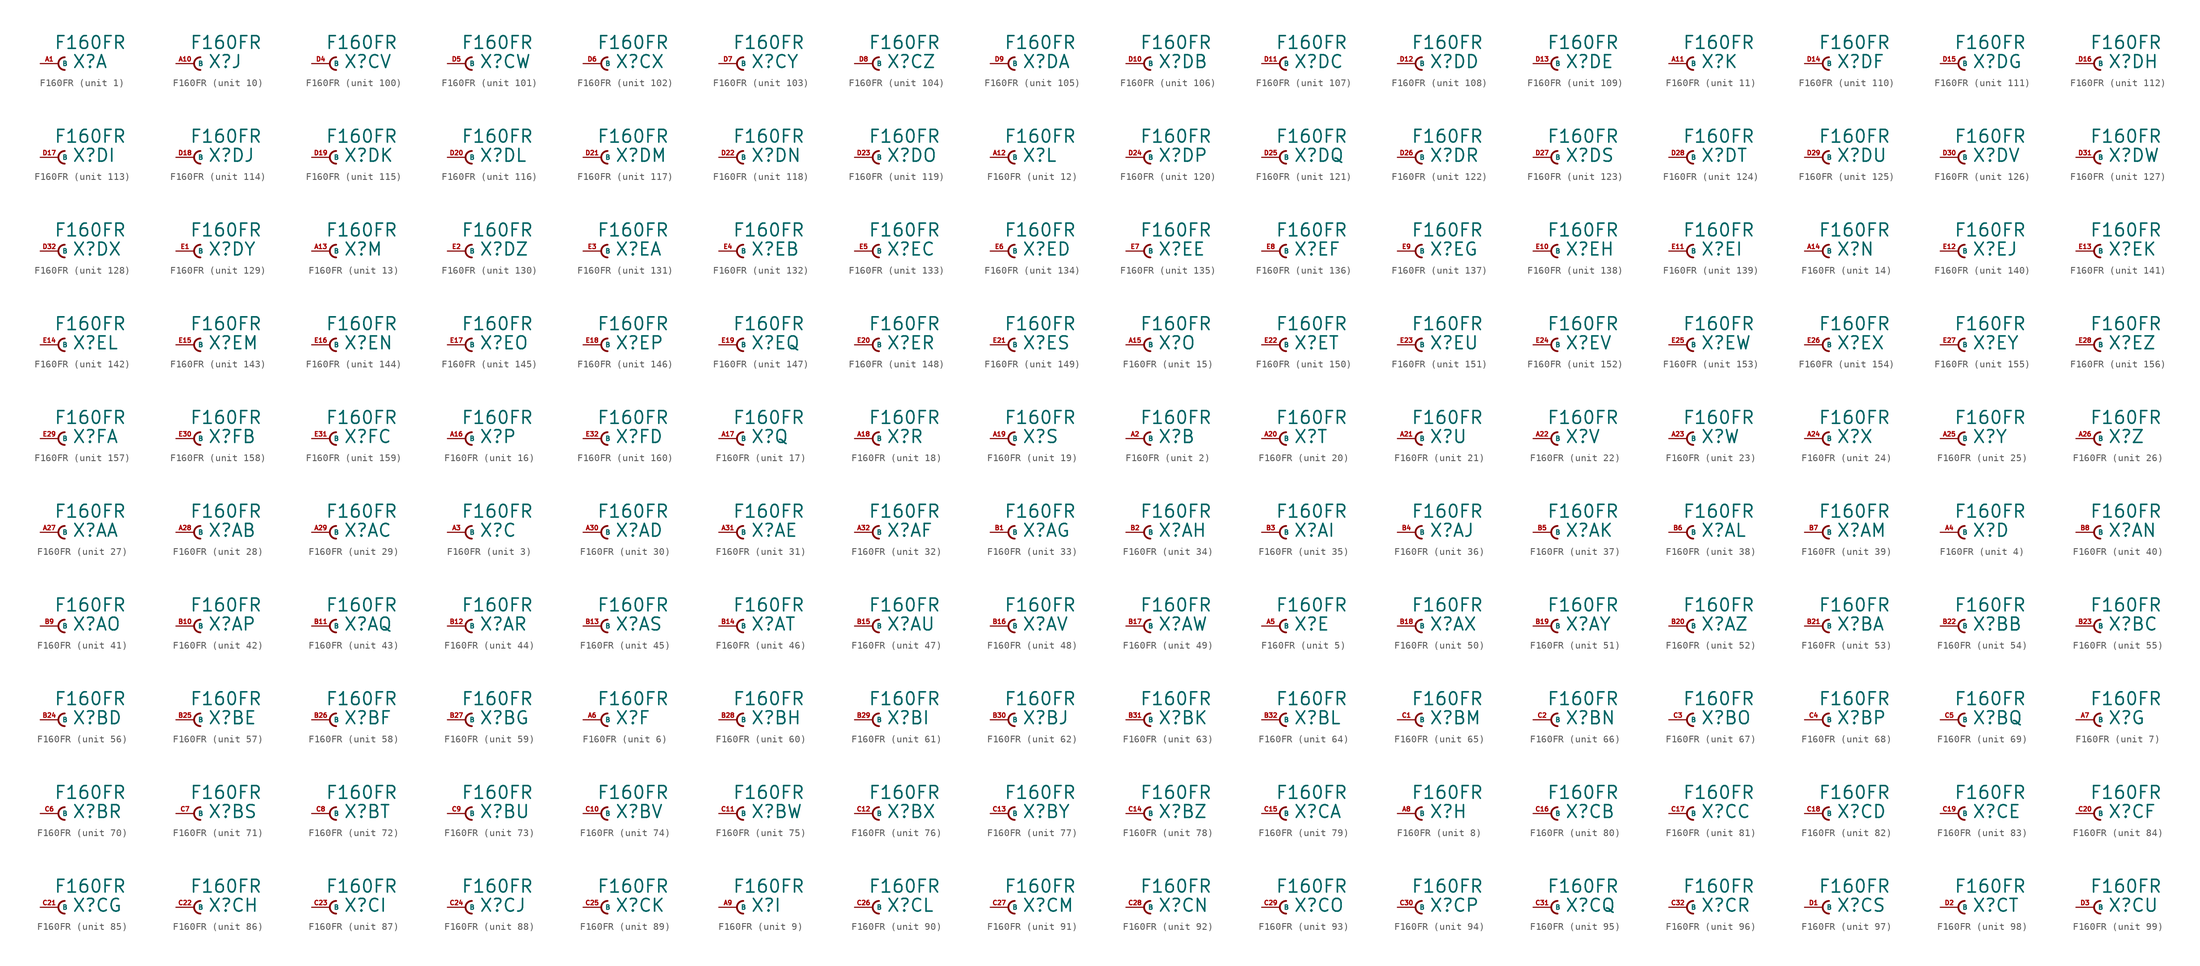
<source format=kicad_sym>
(kicad_symbol_lib
  (version 20220914)
  (generator Eagle2Kicad)
  (symbol "F160FR"
    (property "Reference" "X"
      (at 1.905 -0.762 0)
      (effects (font (size 1.778 1.778) (thickness 0.22)) (justify left bottom)))
    (property "Value" "F160FR"
      (at -0.635 1.905 0)
      (effects (font (size 1.778 1.778) (thickness 0.22)) (justify left bottom)))
    (symbol "F160FR_1_0"
      (arc (start 0.889 0.889) (mid 0.000 0.000) (end 0.889 -0.889) (stroke (width 0.254) (type default)) (fill (type none)))
      (pin passive line (at -2.54 0 0) (length 2.54) (name "B" (effects (font (size 0.635 0.635) (thickness 0.08)) (justify left bottom))) (number "A1" (effects (font (size 0.635 0.635) (thickness 0.08)) (justify left bottom)))))
    (symbol "F160FR_2_0"
      (arc (start 0.889 0.889) (mid 0.000 0.000) (end 0.889 -0.889) (stroke (width 0.254) (type default)) (fill (type none)))
      (pin passive line (at -2.54 0 0) (length 2.54) (name "B" (effects (font (size 0.635 0.635) (thickness 0.08)) (justify left bottom))) (number "A2" (effects (font (size 0.635 0.635) (thickness 0.08)) (justify left bottom)))))
    (symbol "F160FR_3_0"
      (arc (start 0.889 0.889) (mid 0.000 0.000) (end 0.889 -0.889) (stroke (width 0.254) (type default)) (fill (type none)))
      (pin passive line (at -2.54 0 0) (length 2.54) (name "B" (effects (font (size 0.635 0.635) (thickness 0.08)) (justify left bottom))) (number "A3" (effects (font (size 0.635 0.635) (thickness 0.08)) (justify left bottom)))))
    (symbol "F160FR_4_0"
      (arc (start 0.889 0.889) (mid 0.000 0.000) (end 0.889 -0.889) (stroke (width 0.254) (type default)) (fill (type none)))
      (pin passive line (at -2.54 0 0) (length 2.54) (name "B" (effects (font (size 0.635 0.635) (thickness 0.08)) (justify left bottom))) (number "A4" (effects (font (size 0.635 0.635) (thickness 0.08)) (justify left bottom)))))
    (symbol "F160FR_5_0"
      (arc (start 0.889 0.889) (mid 0.000 0.000) (end 0.889 -0.889) (stroke (width 0.254) (type default)) (fill (type none)))
      (pin passive line (at -2.54 0 0) (length 2.54) (name "B" (effects (font (size 0.635 0.635) (thickness 0.08)) (justify left bottom))) (number "A5" (effects (font (size 0.635 0.635) (thickness 0.08)) (justify left bottom)))))
    (symbol "F160FR_6_0"
      (arc (start 0.889 0.889) (mid 0.000 0.000) (end 0.889 -0.889) (stroke (width 0.254) (type default)) (fill (type none)))
      (pin passive line (at -2.54 0 0) (length 2.54) (name "B" (effects (font (size 0.635 0.635) (thickness 0.08)) (justify left bottom))) (number "A6" (effects (font (size 0.635 0.635) (thickness 0.08)) (justify left bottom)))))
    (symbol "F160FR_7_0"
      (arc (start 0.889 0.889) (mid 0.000 0.000) (end 0.889 -0.889) (stroke (width 0.254) (type default)) (fill (type none)))
      (pin passive line (at -2.54 0 0) (length 2.54) (name "B" (effects (font (size 0.635 0.635) (thickness 0.08)) (justify left bottom))) (number "A7" (effects (font (size 0.635 0.635) (thickness 0.08)) (justify left bottom)))))
    (symbol "F160FR_8_0"
      (arc (start 0.889 0.889) (mid 0.000 0.000) (end 0.889 -0.889) (stroke (width 0.254) (type default)) (fill (type none)))
      (pin passive line (at -2.54 0 0) (length 2.54) (name "B" (effects (font (size 0.635 0.635) (thickness 0.08)) (justify left bottom))) (number "A8" (effects (font (size 0.635 0.635) (thickness 0.08)) (justify left bottom)))))
    (symbol "F160FR_9_0"
      (arc (start 0.889 0.889) (mid 0.000 0.000) (end 0.889 -0.889) (stroke (width 0.254) (type default)) (fill (type none)))
      (pin passive line (at -2.54 0 0) (length 2.54) (name "B" (effects (font (size 0.635 0.635) (thickness 0.08)) (justify left bottom))) (number "A9" (effects (font (size 0.635 0.635) (thickness 0.08)) (justify left bottom)))))
    (symbol "F160FR_10_0"
      (arc (start 0.889 0.889) (mid 0.000 0.000) (end 0.889 -0.889) (stroke (width 0.254) (type default)) (fill (type none)))
      (pin passive line (at -2.54 0 0) (length 2.54) (name "B" (effects (font (size 0.635 0.635) (thickness 0.08)) (justify left bottom))) (number "A10" (effects (font (size 0.635 0.635) (thickness 0.08)) (justify left bottom)))))
    (symbol "F160FR_11_0"
      (arc (start 0.889 0.889) (mid 0.000 0.000) (end 0.889 -0.889) (stroke (width 0.254) (type default)) (fill (type none)))
      (pin passive line (at -2.54 0 0) (length 2.54) (name "B" (effects (font (size 0.635 0.635) (thickness 0.08)) (justify left bottom))) (number "A11" (effects (font (size 0.635 0.635) (thickness 0.08)) (justify left bottom)))))
    (symbol "F160FR_12_0"
      (arc (start 0.889 0.889) (mid 0.000 0.000) (end 0.889 -0.889) (stroke (width 0.254) (type default)) (fill (type none)))
      (pin passive line (at -2.54 0 0) (length 2.54) (name "B" (effects (font (size 0.635 0.635) (thickness 0.08)) (justify left bottom))) (number "A12" (effects (font (size 0.635 0.635) (thickness 0.08)) (justify left bottom)))))
    (symbol "F160FR_13_0"
      (arc (start 0.889 0.889) (mid 0.000 0.000) (end 0.889 -0.889) (stroke (width 0.254) (type default)) (fill (type none)))
      (pin passive line (at -2.54 0 0) (length 2.54) (name "B" (effects (font (size 0.635 0.635) (thickness 0.08)) (justify left bottom))) (number "A13" (effects (font (size 0.635 0.635) (thickness 0.08)) (justify left bottom)))))
    (symbol "F160FR_14_0"
      (arc (start 0.889 0.889) (mid 0.000 0.000) (end 0.889 -0.889) (stroke (width 0.254) (type default)) (fill (type none)))
      (pin passive line (at -2.54 0 0) (length 2.54) (name "B" (effects (font (size 0.635 0.635) (thickness 0.08)) (justify left bottom))) (number "A14" (effects (font (size 0.635 0.635) (thickness 0.08)) (justify left bottom)))))
    (symbol "F160FR_15_0"
      (arc (start 0.889 0.889) (mid 0.000 0.000) (end 0.889 -0.889) (stroke (width 0.254) (type default)) (fill (type none)))
      (pin passive line (at -2.54 0 0) (length 2.54) (name "B" (effects (font (size 0.635 0.635) (thickness 0.08)) (justify left bottom))) (number "A15" (effects (font (size 0.635 0.635) (thickness 0.08)) (justify left bottom)))))
    (symbol "F160FR_16_0"
      (arc (start 0.889 0.889) (mid 0.000 0.000) (end 0.889 -0.889) (stroke (width 0.254) (type default)) (fill (type none)))
      (pin passive line (at -2.54 0 0) (length 2.54) (name "B" (effects (font (size 0.635 0.635) (thickness 0.08)) (justify left bottom))) (number "A16" (effects (font (size 0.635 0.635) (thickness 0.08)) (justify left bottom)))))
    (symbol "F160FR_17_0"
      (arc (start 0.889 0.889) (mid 0.000 0.000) (end 0.889 -0.889) (stroke (width 0.254) (type default)) (fill (type none)))
      (pin passive line (at -2.54 0 0) (length 2.54) (name "B" (effects (font (size 0.635 0.635) (thickness 0.08)) (justify left bottom))) (number "A17" (effects (font (size 0.635 0.635) (thickness 0.08)) (justify left bottom)))))
    (symbol "F160FR_18_0"
      (arc (start 0.889 0.889) (mid 0.000 0.000) (end 0.889 -0.889) (stroke (width 0.254) (type default)) (fill (type none)))
      (pin passive line (at -2.54 0 0) (length 2.54) (name "B" (effects (font (size 0.635 0.635) (thickness 0.08)) (justify left bottom))) (number "A18" (effects (font (size 0.635 0.635) (thickness 0.08)) (justify left bottom)))))
    (symbol "F160FR_19_0"
      (arc (start 0.889 0.889) (mid 0.000 0.000) (end 0.889 -0.889) (stroke (width 0.254) (type default)) (fill (type none)))
      (pin passive line (at -2.54 0 0) (length 2.54) (name "B" (effects (font (size 0.635 0.635) (thickness 0.08)) (justify left bottom))) (number "A19" (effects (font (size 0.635 0.635) (thickness 0.08)) (justify left bottom)))))
    (symbol "F160FR_20_0"
      (arc (start 0.889 0.889) (mid 0.000 0.000) (end 0.889 -0.889) (stroke (width 0.254) (type default)) (fill (type none)))
      (pin passive line (at -2.54 0 0) (length 2.54) (name "B" (effects (font (size 0.635 0.635) (thickness 0.08)) (justify left bottom))) (number "A20" (effects (font (size 0.635 0.635) (thickness 0.08)) (justify left bottom)))))
    (symbol "F160FR_21_0"
      (arc (start 0.889 0.889) (mid 0.000 0.000) (end 0.889 -0.889) (stroke (width 0.254) (type default)) (fill (type none)))
      (pin passive line (at -2.54 0 0) (length 2.54) (name "B" (effects (font (size 0.635 0.635) (thickness 0.08)) (justify left bottom))) (number "A21" (effects (font (size 0.635 0.635) (thickness 0.08)) (justify left bottom)))))
    (symbol "F160FR_22_0"
      (arc (start 0.889 0.889) (mid 0.000 0.000) (end 0.889 -0.889) (stroke (width 0.254) (type default)) (fill (type none)))
      (pin passive line (at -2.54 0 0) (length 2.54) (name "B" (effects (font (size 0.635 0.635) (thickness 0.08)) (justify left bottom))) (number "A22" (effects (font (size 0.635 0.635) (thickness 0.08)) (justify left bottom)))))
    (symbol "F160FR_23_0"
      (arc (start 0.889 0.889) (mid 0.000 0.000) (end 0.889 -0.889) (stroke (width 0.254) (type default)) (fill (type none)))
      (pin passive line (at -2.54 0 0) (length 2.54) (name "B" (effects (font (size 0.635 0.635) (thickness 0.08)) (justify left bottom))) (number "A23" (effects (font (size 0.635 0.635) (thickness 0.08)) (justify left bottom)))))
    (symbol "F160FR_24_0"
      (arc (start 0.889 0.889) (mid 0.000 0.000) (end 0.889 -0.889) (stroke (width 0.254) (type default)) (fill (type none)))
      (pin passive line (at -2.54 0 0) (length 2.54) (name "B" (effects (font (size 0.635 0.635) (thickness 0.08)) (justify left bottom))) (number "A24" (effects (font (size 0.635 0.635) (thickness 0.08)) (justify left bottom)))))
    (symbol "F160FR_25_0"
      (arc (start 0.889 0.889) (mid 0.000 0.000) (end 0.889 -0.889) (stroke (width 0.254) (type default)) (fill (type none)))
      (pin passive line (at -2.54 0 0) (length 2.54) (name "B" (effects (font (size 0.635 0.635) (thickness 0.08)) (justify left bottom))) (number "A25" (effects (font (size 0.635 0.635) (thickness 0.08)) (justify left bottom)))))
    (symbol "F160FR_26_0"
      (arc (start 0.889 0.889) (mid 0.000 0.000) (end 0.889 -0.889) (stroke (width 0.254) (type default)) (fill (type none)))
      (pin passive line (at -2.54 0 0) (length 2.54) (name "B" (effects (font (size 0.635 0.635) (thickness 0.08)) (justify left bottom))) (number "A26" (effects (font (size 0.635 0.635) (thickness 0.08)) (justify left bottom)))))
    (symbol "F160FR_27_0"
      (arc (start 0.889 0.889) (mid 0.000 0.000) (end 0.889 -0.889) (stroke (width 0.254) (type default)) (fill (type none)))
      (pin passive line (at -2.54 0 0) (length 2.54) (name "B" (effects (font (size 0.635 0.635) (thickness 0.08)) (justify left bottom))) (number "A27" (effects (font (size 0.635 0.635) (thickness 0.08)) (justify left bottom)))))
    (symbol "F160FR_28_0"
      (arc (start 0.889 0.889) (mid 0.000 0.000) (end 0.889 -0.889) (stroke (width 0.254) (type default)) (fill (type none)))
      (pin passive line (at -2.54 0 0) (length 2.54) (name "B" (effects (font (size 0.635 0.635) (thickness 0.08)) (justify left bottom))) (number "A28" (effects (font (size 0.635 0.635) (thickness 0.08)) (justify left bottom)))))
    (symbol "F160FR_29_0"
      (arc (start 0.889 0.889) (mid 0.000 0.000) (end 0.889 -0.889) (stroke (width 0.254) (type default)) (fill (type none)))
      (pin passive line (at -2.54 0 0) (length 2.54) (name "B" (effects (font (size 0.635 0.635) (thickness 0.08)) (justify left bottom))) (number "A29" (effects (font (size 0.635 0.635) (thickness 0.08)) (justify left bottom)))))
    (symbol "F160FR_30_0"
      (arc (start 0.889 0.889) (mid 0.000 0.000) (end 0.889 -0.889) (stroke (width 0.254) (type default)) (fill (type none)))
      (pin passive line (at -2.54 0 0) (length 2.54) (name "B" (effects (font (size 0.635 0.635) (thickness 0.08)) (justify left bottom))) (number "A30" (effects (font (size 0.635 0.635) (thickness 0.08)) (justify left bottom)))))
    (symbol "F160FR_31_0"
      (arc (start 0.889 0.889) (mid 0.000 0.000) (end 0.889 -0.889) (stroke (width 0.254) (type default)) (fill (type none)))
      (pin passive line (at -2.54 0 0) (length 2.54) (name "B" (effects (font (size 0.635 0.635) (thickness 0.08)) (justify left bottom))) (number "A31" (effects (font (size 0.635 0.635) (thickness 0.08)) (justify left bottom)))))
    (symbol "F160FR_32_0"
      (arc (start 0.889 0.889) (mid 0.000 0.000) (end 0.889 -0.889) (stroke (width 0.254) (type default)) (fill (type none)))
      (pin passive line (at -2.54 0 0) (length 2.54) (name "B" (effects (font (size 0.635 0.635) (thickness 0.08)) (justify left bottom))) (number "A32" (effects (font (size 0.635 0.635) (thickness 0.08)) (justify left bottom)))))
    (symbol "F160FR_33_0"
      (arc (start 0.889 0.889) (mid 0.000 0.000) (end 0.889 -0.889) (stroke (width 0.254) (type default)) (fill (type none)))
      (pin passive line (at -2.54 0 0) (length 2.54) (name "B" (effects (font (size 0.635 0.635) (thickness 0.08)) (justify left bottom))) (number "B1" (effects (font (size 0.635 0.635) (thickness 0.08)) (justify left bottom)))))
    (symbol "F160FR_34_0"
      (arc (start 0.889 0.889) (mid 0.000 0.000) (end 0.889 -0.889) (stroke (width 0.254) (type default)) (fill (type none)))
      (pin passive line (at -2.54 0 0) (length 2.54) (name "B" (effects (font (size 0.635 0.635) (thickness 0.08)) (justify left bottom))) (number "B2" (effects (font (size 0.635 0.635) (thickness 0.08)) (justify left bottom)))))
    (symbol "F160FR_35_0"
      (arc (start 0.889 0.889) (mid 0.000 0.000) (end 0.889 -0.889) (stroke (width 0.254) (type default)) (fill (type none)))
      (pin passive line (at -2.54 0 0) (length 2.54) (name "B" (effects (font (size 0.635 0.635) (thickness 0.08)) (justify left bottom))) (number "B3" (effects (font (size 0.635 0.635) (thickness 0.08)) (justify left bottom)))))
    (symbol "F160FR_36_0"
      (arc (start 0.889 0.889) (mid 0.000 0.000) (end 0.889 -0.889) (stroke (width 0.254) (type default)) (fill (type none)))
      (pin passive line (at -2.54 0 0) (length 2.54) (name "B" (effects (font (size 0.635 0.635) (thickness 0.08)) (justify left bottom))) (number "B4" (effects (font (size 0.635 0.635) (thickness 0.08)) (justify left bottom)))))
    (symbol "F160FR_37_0"
      (arc (start 0.889 0.889) (mid 0.000 0.000) (end 0.889 -0.889) (stroke (width 0.254) (type default)) (fill (type none)))
      (pin passive line (at -2.54 0 0) (length 2.54) (name "B" (effects (font (size 0.635 0.635) (thickness 0.08)) (justify left bottom))) (number "B5" (effects (font (size 0.635 0.635) (thickness 0.08)) (justify left bottom)))))
    (symbol "F160FR_38_0"
      (arc (start 0.889 0.889) (mid 0.000 0.000) (end 0.889 -0.889) (stroke (width 0.254) (type default)) (fill (type none)))
      (pin passive line (at -2.54 0 0) (length 2.54) (name "B" (effects (font (size 0.635 0.635) (thickness 0.08)) (justify left bottom))) (number "B6" (effects (font (size 0.635 0.635) (thickness 0.08)) (justify left bottom)))))
    (symbol "F160FR_39_0"
      (arc (start 0.889 0.889) (mid 0.000 0.000) (end 0.889 -0.889) (stroke (width 0.254) (type default)) (fill (type none)))
      (pin passive line (at -2.54 0 0) (length 2.54) (name "B" (effects (font (size 0.635 0.635) (thickness 0.08)) (justify left bottom))) (number "B7" (effects (font (size 0.635 0.635) (thickness 0.08)) (justify left bottom)))))
    (symbol "F160FR_40_0"
      (arc (start 0.889 0.889) (mid 0.000 0.000) (end 0.889 -0.889) (stroke (width 0.254) (type default)) (fill (type none)))
      (pin passive line (at -2.54 0 0) (length 2.54) (name "B" (effects (font (size 0.635 0.635) (thickness 0.08)) (justify left bottom))) (number "B8" (effects (font (size 0.635 0.635) (thickness 0.08)) (justify left bottom)))))
    (symbol "F160FR_41_0"
      (arc (start 0.889 0.889) (mid 0.000 0.000) (end 0.889 -0.889) (stroke (width 0.254) (type default)) (fill (type none)))
      (pin passive line (at -2.54 0 0) (length 2.54) (name "B" (effects (font (size 0.635 0.635) (thickness 0.08)) (justify left bottom))) (number "B9" (effects (font (size 0.635 0.635) (thickness 0.08)) (justify left bottom)))))
    (symbol "F160FR_42_0"
      (arc (start 0.889 0.889) (mid 0.000 0.000) (end 0.889 -0.889) (stroke (width 0.254) (type default)) (fill (type none)))
      (pin passive line (at -2.54 0 0) (length 2.54) (name "B" (effects (font (size 0.635 0.635) (thickness 0.08)) (justify left bottom))) (number "B10" (effects (font (size 0.635 0.635) (thickness 0.08)) (justify left bottom)))))
    (symbol "F160FR_43_0"
      (arc (start 0.889 0.889) (mid 0.000 0.000) (end 0.889 -0.889) (stroke (width 0.254) (type default)) (fill (type none)))
      (pin passive line (at -2.54 0 0) (length 2.54) (name "B" (effects (font (size 0.635 0.635) (thickness 0.08)) (justify left bottom))) (number "B11" (effects (font (size 0.635 0.635) (thickness 0.08)) (justify left bottom)))))
    (symbol "F160FR_44_0"
      (arc (start 0.889 0.889) (mid 0.000 0.000) (end 0.889 -0.889) (stroke (width 0.254) (type default)) (fill (type none)))
      (pin passive line (at -2.54 0 0) (length 2.54) (name "B" (effects (font (size 0.635 0.635) (thickness 0.08)) (justify left bottom))) (number "B12" (effects (font (size 0.635 0.635) (thickness 0.08)) (justify left bottom)))))
    (symbol "F160FR_45_0"
      (arc (start 0.889 0.889) (mid 0.000 0.000) (end 0.889 -0.889) (stroke (width 0.254) (type default)) (fill (type none)))
      (pin passive line (at -2.54 0 0) (length 2.54) (name "B" (effects (font (size 0.635 0.635) (thickness 0.08)) (justify left bottom))) (number "B13" (effects (font (size 0.635 0.635) (thickness 0.08)) (justify left bottom)))))
    (symbol "F160FR_46_0"
      (arc (start 0.889 0.889) (mid 0.000 0.000) (end 0.889 -0.889) (stroke (width 0.254) (type default)) (fill (type none)))
      (pin passive line (at -2.54 0 0) (length 2.54) (name "B" (effects (font (size 0.635 0.635) (thickness 0.08)) (justify left bottom))) (number "B14" (effects (font (size 0.635 0.635) (thickness 0.08)) (justify left bottom)))))
    (symbol "F160FR_47_0"
      (arc (start 0.889 0.889) (mid 0.000 0.000) (end 0.889 -0.889) (stroke (width 0.254) (type default)) (fill (type none)))
      (pin passive line (at -2.54 0 0) (length 2.54) (name "B" (effects (font (size 0.635 0.635) (thickness 0.08)) (justify left bottom))) (number "B15" (effects (font (size 0.635 0.635) (thickness 0.08)) (justify left bottom)))))
    (symbol "F160FR_48_0"
      (arc (start 0.889 0.889) (mid 0.000 0.000) (end 0.889 -0.889) (stroke (width 0.254) (type default)) (fill (type none)))
      (pin passive line (at -2.54 0 0) (length 2.54) (name "B" (effects (font (size 0.635 0.635) (thickness 0.08)) (justify left bottom))) (number "B16" (effects (font (size 0.635 0.635) (thickness 0.08)) (justify left bottom)))))
    (symbol "F160FR_49_0"
      (arc (start 0.889 0.889) (mid 0.000 0.000) (end 0.889 -0.889) (stroke (width 0.254) (type default)) (fill (type none)))
      (pin passive line (at -2.54 0 0) (length 2.54) (name "B" (effects (font (size 0.635 0.635) (thickness 0.08)) (justify left bottom))) (number "B17" (effects (font (size 0.635 0.635) (thickness 0.08)) (justify left bottom)))))
    (symbol "F160FR_50_0"
      (arc (start 0.889 0.889) (mid 0.000 0.000) (end 0.889 -0.889) (stroke (width 0.254) (type default)) (fill (type none)))
      (pin passive line (at -2.54 0 0) (length 2.54) (name "B" (effects (font (size 0.635 0.635) (thickness 0.08)) (justify left bottom))) (number "B18" (effects (font (size 0.635 0.635) (thickness 0.08)) (justify left bottom)))))
    (symbol "F160FR_51_0"
      (arc (start 0.889 0.889) (mid 0.000 0.000) (end 0.889 -0.889) (stroke (width 0.254) (type default)) (fill (type none)))
      (pin passive line (at -2.54 0 0) (length 2.54) (name "B" (effects (font (size 0.635 0.635) (thickness 0.08)) (justify left bottom))) (number "B19" (effects (font (size 0.635 0.635) (thickness 0.08)) (justify left bottom)))))
    (symbol "F160FR_52_0"
      (arc (start 0.889 0.889) (mid 0.000 0.000) (end 0.889 -0.889) (stroke (width 0.254) (type default)) (fill (type none)))
      (pin passive line (at -2.54 0 0) (length 2.54) (name "B" (effects (font (size 0.635 0.635) (thickness 0.08)) (justify left bottom))) (number "B20" (effects (font (size 0.635 0.635) (thickness 0.08)) (justify left bottom)))))
    (symbol "F160FR_53_0"
      (arc (start 0.889 0.889) (mid 0.000 0.000) (end 0.889 -0.889) (stroke (width 0.254) (type default)) (fill (type none)))
      (pin passive line (at -2.54 0 0) (length 2.54) (name "B" (effects (font (size 0.635 0.635) (thickness 0.08)) (justify left bottom))) (number "B21" (effects (font (size 0.635 0.635) (thickness 0.08)) (justify left bottom)))))
    (symbol "F160FR_54_0"
      (arc (start 0.889 0.889) (mid 0.000 0.000) (end 0.889 -0.889) (stroke (width 0.254) (type default)) (fill (type none)))
      (pin passive line (at -2.54 0 0) (length 2.54) (name "B" (effects (font (size 0.635 0.635) (thickness 0.08)) (justify left bottom))) (number "B22" (effects (font (size 0.635 0.635) (thickness 0.08)) (justify left bottom)))))
    (symbol "F160FR_55_0"
      (arc (start 0.889 0.889) (mid 0.000 0.000) (end 0.889 -0.889) (stroke (width 0.254) (type default)) (fill (type none)))
      (pin passive line (at -2.54 0 0) (length 2.54) (name "B" (effects (font (size 0.635 0.635) (thickness 0.08)) (justify left bottom))) (number "B23" (effects (font (size 0.635 0.635) (thickness 0.08)) (justify left bottom)))))
    (symbol "F160FR_56_0"
      (arc (start 0.889 0.889) (mid 0.000 0.000) (end 0.889 -0.889) (stroke (width 0.254) (type default)) (fill (type none)))
      (pin passive line (at -2.54 0 0) (length 2.54) (name "B" (effects (font (size 0.635 0.635) (thickness 0.08)) (justify left bottom))) (number "B24" (effects (font (size 0.635 0.635) (thickness 0.08)) (justify left bottom)))))
    (symbol "F160FR_57_0"
      (arc (start 0.889 0.889) (mid 0.000 0.000) (end 0.889 -0.889) (stroke (width 0.254) (type default)) (fill (type none)))
      (pin passive line (at -2.54 0 0) (length 2.54) (name "B" (effects (font (size 0.635 0.635) (thickness 0.08)) (justify left bottom))) (number "B25" (effects (font (size 0.635 0.635) (thickness 0.08)) (justify left bottom)))))
    (symbol "F160FR_58_0"
      (arc (start 0.889 0.889) (mid 0.000 0.000) (end 0.889 -0.889) (stroke (width 0.254) (type default)) (fill (type none)))
      (pin passive line (at -2.54 0 0) (length 2.54) (name "B" (effects (font (size 0.635 0.635) (thickness 0.08)) (justify left bottom))) (number "B26" (effects (font (size 0.635 0.635) (thickness 0.08)) (justify left bottom)))))
    (symbol "F160FR_59_0"
      (arc (start 0.889 0.889) (mid 0.000 0.000) (end 0.889 -0.889) (stroke (width 0.254) (type default)) (fill (type none)))
      (pin passive line (at -2.54 0 0) (length 2.54) (name "B" (effects (font (size 0.635 0.635) (thickness 0.08)) (justify left bottom))) (number "B27" (effects (font (size 0.635 0.635) (thickness 0.08)) (justify left bottom)))))
    (symbol "F160FR_60_0"
      (arc (start 0.889 0.889) (mid 0.000 0.000) (end 0.889 -0.889) (stroke (width 0.254) (type default)) (fill (type none)))
      (pin passive line (at -2.54 0 0) (length 2.54) (name "B" (effects (font (size 0.635 0.635) (thickness 0.08)) (justify left bottom))) (number "B28" (effects (font (size 0.635 0.635) (thickness 0.08)) (justify left bottom)))))
    (symbol "F160FR_61_0"
      (arc (start 0.889 0.889) (mid 0.000 0.000) (end 0.889 -0.889) (stroke (width 0.254) (type default)) (fill (type none)))
      (pin passive line (at -2.54 0 0) (length 2.54) (name "B" (effects (font (size 0.635 0.635) (thickness 0.08)) (justify left bottom))) (number "B29" (effects (font (size 0.635 0.635) (thickness 0.08)) (justify left bottom)))))
    (symbol "F160FR_62_0"
      (arc (start 0.889 0.889) (mid 0.000 0.000) (end 0.889 -0.889) (stroke (width 0.254) (type default)) (fill (type none)))
      (pin passive line (at -2.54 0 0) (length 2.54) (name "B" (effects (font (size 0.635 0.635) (thickness 0.08)) (justify left bottom))) (number "B30" (effects (font (size 0.635 0.635) (thickness 0.08)) (justify left bottom)))))
    (symbol "F160FR_63_0"
      (arc (start 0.889 0.889) (mid 0.000 0.000) (end 0.889 -0.889) (stroke (width 0.254) (type default)) (fill (type none)))
      (pin passive line (at -2.54 0 0) (length 2.54) (name "B" (effects (font (size 0.635 0.635) (thickness 0.08)) (justify left bottom))) (number "B31" (effects (font (size 0.635 0.635) (thickness 0.08)) (justify left bottom)))))
    (symbol "F160FR_64_0"
      (arc (start 0.889 0.889) (mid 0.000 0.000) (end 0.889 -0.889) (stroke (width 0.254) (type default)) (fill (type none)))
      (pin passive line (at -2.54 0 0) (length 2.54) (name "B" (effects (font (size 0.635 0.635) (thickness 0.08)) (justify left bottom))) (number "B32" (effects (font (size 0.635 0.635) (thickness 0.08)) (justify left bottom)))))
    (symbol "F160FR_65_0"
      (arc (start 0.889 0.889) (mid 0.000 0.000) (end 0.889 -0.889) (stroke (width 0.254) (type default)) (fill (type none)))
      (pin passive line (at -2.54 0 0) (length 2.54) (name "B" (effects (font (size 0.635 0.635) (thickness 0.08)) (justify left bottom))) (number "C1" (effects (font (size 0.635 0.635) (thickness 0.08)) (justify left bottom)))))
    (symbol "F160FR_66_0"
      (arc (start 0.889 0.889) (mid 0.000 0.000) (end 0.889 -0.889) (stroke (width 0.254) (type default)) (fill (type none)))
      (pin passive line (at -2.54 0 0) (length 2.54) (name "B" (effects (font (size 0.635 0.635) (thickness 0.08)) (justify left bottom))) (number "C2" (effects (font (size 0.635 0.635) (thickness 0.08)) (justify left bottom)))))
    (symbol "F160FR_67_0"
      (arc (start 0.889 0.889) (mid 0.000 0.000) (end 0.889 -0.889) (stroke (width 0.254) (type default)) (fill (type none)))
      (pin passive line (at -2.54 0 0) (length 2.54) (name "B" (effects (font (size 0.635 0.635) (thickness 0.08)) (justify left bottom))) (number "C3" (effects (font (size 0.635 0.635) (thickness 0.08)) (justify left bottom)))))
    (symbol "F160FR_68_0"
      (arc (start 0.889 0.889) (mid 0.000 0.000) (end 0.889 -0.889) (stroke (width 0.254) (type default)) (fill (type none)))
      (pin passive line (at -2.54 0 0) (length 2.54) (name "B" (effects (font (size 0.635 0.635) (thickness 0.08)) (justify left bottom))) (number "C4" (effects (font (size 0.635 0.635) (thickness 0.08)) (justify left bottom)))))
    (symbol "F160FR_69_0"
      (arc (start 0.889 0.889) (mid 0.000 0.000) (end 0.889 -0.889) (stroke (width 0.254) (type default)) (fill (type none)))
      (pin passive line (at -2.54 0 0) (length 2.54) (name "B" (effects (font (size 0.635 0.635) (thickness 0.08)) (justify left bottom))) (number "C5" (effects (font (size 0.635 0.635) (thickness 0.08)) (justify left bottom)))))
    (symbol "F160FR_70_0"
      (arc (start 0.889 0.889) (mid 0.000 0.000) (end 0.889 -0.889) (stroke (width 0.254) (type default)) (fill (type none)))
      (pin passive line (at -2.54 0 0) (length 2.54) (name "B" (effects (font (size 0.635 0.635) (thickness 0.08)) (justify left bottom))) (number "C6" (effects (font (size 0.635 0.635) (thickness 0.08)) (justify left bottom)))))
    (symbol "F160FR_71_0"
      (arc (start 0.889 0.889) (mid 0.000 0.000) (end 0.889 -0.889) (stroke (width 0.254) (type default)) (fill (type none)))
      (pin passive line (at -2.54 0 0) (length 2.54) (name "B" (effects (font (size 0.635 0.635) (thickness 0.08)) (justify left bottom))) (number "C7" (effects (font (size 0.635 0.635) (thickness 0.08)) (justify left bottom)))))
    (symbol "F160FR_72_0"
      (arc (start 0.889 0.889) (mid 0.000 0.000) (end 0.889 -0.889) (stroke (width 0.254) (type default)) (fill (type none)))
      (pin passive line (at -2.54 0 0) (length 2.54) (name "B" (effects (font (size 0.635 0.635) (thickness 0.08)) (justify left bottom))) (number "C8" (effects (font (size 0.635 0.635) (thickness 0.08)) (justify left bottom)))))
    (symbol "F160FR_73_0"
      (arc (start 0.889 0.889) (mid 0.000 0.000) (end 0.889 -0.889) (stroke (width 0.254) (type default)) (fill (type none)))
      (pin passive line (at -2.54 0 0) (length 2.54) (name "B" (effects (font (size 0.635 0.635) (thickness 0.08)) (justify left bottom))) (number "C9" (effects (font (size 0.635 0.635) (thickness 0.08)) (justify left bottom)))))
    (symbol "F160FR_74_0"
      (arc (start 0.889 0.889) (mid 0.000 0.000) (end 0.889 -0.889) (stroke (width 0.254) (type default)) (fill (type none)))
      (pin passive line (at -2.54 0 0) (length 2.54) (name "B" (effects (font (size 0.635 0.635) (thickness 0.08)) (justify left bottom))) (number "C10" (effects (font (size 0.635 0.635) (thickness 0.08)) (justify left bottom)))))
    (symbol "F160FR_75_0"
      (arc (start 0.889 0.889) (mid 0.000 0.000) (end 0.889 -0.889) (stroke (width 0.254) (type default)) (fill (type none)))
      (pin passive line (at -2.54 0 0) (length 2.54) (name "B" (effects (font (size 0.635 0.635) (thickness 0.08)) (justify left bottom))) (number "C11" (effects (font (size 0.635 0.635) (thickness 0.08)) (justify left bottom)))))
    (symbol "F160FR_76_0"
      (arc (start 0.889 0.889) (mid 0.000 0.000) (end 0.889 -0.889) (stroke (width 0.254) (type default)) (fill (type none)))
      (pin passive line (at -2.54 0 0) (length 2.54) (name "B" (effects (font (size 0.635 0.635) (thickness 0.08)) (justify left bottom))) (number "C12" (effects (font (size 0.635 0.635) (thickness 0.08)) (justify left bottom)))))
    (symbol "F160FR_77_0"
      (arc (start 0.889 0.889) (mid 0.000 0.000) (end 0.889 -0.889) (stroke (width 0.254) (type default)) (fill (type none)))
      (pin passive line (at -2.54 0 0) (length 2.54) (name "B" (effects (font (size 0.635 0.635) (thickness 0.08)) (justify left bottom))) (number "C13" (effects (font (size 0.635 0.635) (thickness 0.08)) (justify left bottom)))))
    (symbol "F160FR_78_0"
      (arc (start 0.889 0.889) (mid 0.000 0.000) (end 0.889 -0.889) (stroke (width 0.254) (type default)) (fill (type none)))
      (pin passive line (at -2.54 0 0) (length 2.54) (name "B" (effects (font (size 0.635 0.635) (thickness 0.08)) (justify left bottom))) (number "C14" (effects (font (size 0.635 0.635) (thickness 0.08)) (justify left bottom)))))
    (symbol "F160FR_79_0"
      (arc (start 0.889 0.889) (mid 0.000 0.000) (end 0.889 -0.889) (stroke (width 0.254) (type default)) (fill (type none)))
      (pin passive line (at -2.54 0 0) (length 2.54) (name "B" (effects (font (size 0.635 0.635) (thickness 0.08)) (justify left bottom))) (number "C15" (effects (font (size 0.635 0.635) (thickness 0.08)) (justify left bottom)))))
    (symbol "F160FR_80_0"
      (arc (start 0.889 0.889) (mid 0.000 0.000) (end 0.889 -0.889) (stroke (width 0.254) (type default)) (fill (type none)))
      (pin passive line (at -2.54 0 0) (length 2.54) (name "B" (effects (font (size 0.635 0.635) (thickness 0.08)) (justify left bottom))) (number "C16" (effects (font (size 0.635 0.635) (thickness 0.08)) (justify left bottom)))))
    (symbol "F160FR_81_0"
      (arc (start 0.889 0.889) (mid 0.000 0.000) (end 0.889 -0.889) (stroke (width 0.254) (type default)) (fill (type none)))
      (pin passive line (at -2.54 0 0) (length 2.54) (name "B" (effects (font (size 0.635 0.635) (thickness 0.08)) (justify left bottom))) (number "C17" (effects (font (size 0.635 0.635) (thickness 0.08)) (justify left bottom)))))
    (symbol "F160FR_82_0"
      (arc (start 0.889 0.889) (mid 0.000 0.000) (end 0.889 -0.889) (stroke (width 0.254) (type default)) (fill (type none)))
      (pin passive line (at -2.54 0 0) (length 2.54) (name "B" (effects (font (size 0.635 0.635) (thickness 0.08)) (justify left bottom))) (number "C18" (effects (font (size 0.635 0.635) (thickness 0.08)) (justify left bottom)))))
    (symbol "F160FR_83_0"
      (arc (start 0.889 0.889) (mid 0.000 0.000) (end 0.889 -0.889) (stroke (width 0.254) (type default)) (fill (type none)))
      (pin passive line (at -2.54 0 0) (length 2.54) (name "B" (effects (font (size 0.635 0.635) (thickness 0.08)) (justify left bottom))) (number "C19" (effects (font (size 0.635 0.635) (thickness 0.08)) (justify left bottom)))))
    (symbol "F160FR_84_0"
      (arc (start 0.889 0.889) (mid 0.000 0.000) (end 0.889 -0.889) (stroke (width 0.254) (type default)) (fill (type none)))
      (pin passive line (at -2.54 0 0) (length 2.54) (name "B" (effects (font (size 0.635 0.635) (thickness 0.08)) (justify left bottom))) (number "C20" (effects (font (size 0.635 0.635) (thickness 0.08)) (justify left bottom)))))
    (symbol "F160FR_85_0"
      (arc (start 0.889 0.889) (mid 0.000 0.000) (end 0.889 -0.889) (stroke (width 0.254) (type default)) (fill (type none)))
      (pin passive line (at -2.54 0 0) (length 2.54) (name "B" (effects (font (size 0.635 0.635) (thickness 0.08)) (justify left bottom))) (number "C21" (effects (font (size 0.635 0.635) (thickness 0.08)) (justify left bottom)))))
    (symbol "F160FR_86_0"
      (arc (start 0.889 0.889) (mid 0.000 0.000) (end 0.889 -0.889) (stroke (width 0.254) (type default)) (fill (type none)))
      (pin passive line (at -2.54 0 0) (length 2.54) (name "B" (effects (font (size 0.635 0.635) (thickness 0.08)) (justify left bottom))) (number "C22" (effects (font (size 0.635 0.635) (thickness 0.08)) (justify left bottom)))))
    (symbol "F160FR_87_0"
      (arc (start 0.889 0.889) (mid 0.000 0.000) (end 0.889 -0.889) (stroke (width 0.254) (type default)) (fill (type none)))
      (pin passive line (at -2.54 0 0) (length 2.54) (name "B" (effects (font (size 0.635 0.635) (thickness 0.08)) (justify left bottom))) (number "C23" (effects (font (size 0.635 0.635) (thickness 0.08)) (justify left bottom)))))
    (symbol "F160FR_88_0"
      (arc (start 0.889 0.889) (mid 0.000 0.000) (end 0.889 -0.889) (stroke (width 0.254) (type default)) (fill (type none)))
      (pin passive line (at -2.54 0 0) (length 2.54) (name "B" (effects (font (size 0.635 0.635) (thickness 0.08)) (justify left bottom))) (number "C24" (effects (font (size 0.635 0.635) (thickness 0.08)) (justify left bottom)))))
    (symbol "F160FR_89_0"
      (arc (start 0.889 0.889) (mid 0.000 0.000) (end 0.889 -0.889) (stroke (width 0.254) (type default)) (fill (type none)))
      (pin passive line (at -2.54 0 0) (length 2.54) (name "B" (effects (font (size 0.635 0.635) (thickness 0.08)) (justify left bottom))) (number "C25" (effects (font (size 0.635 0.635) (thickness 0.08)) (justify left bottom)))))
    (symbol "F160FR_90_0"
      (arc (start 0.889 0.889) (mid 0.000 0.000) (end 0.889 -0.889) (stroke (width 0.254) (type default)) (fill (type none)))
      (pin passive line (at -2.54 0 0) (length 2.54) (name "B" (effects (font (size 0.635 0.635) (thickness 0.08)) (justify left bottom))) (number "C26" (effects (font (size 0.635 0.635) (thickness 0.08)) (justify left bottom)))))
    (symbol "F160FR_91_0"
      (arc (start 0.889 0.889) (mid 0.000 0.000) (end 0.889 -0.889) (stroke (width 0.254) (type default)) (fill (type none)))
      (pin passive line (at -2.54 0 0) (length 2.54) (name "B" (effects (font (size 0.635 0.635) (thickness 0.08)) (justify left bottom))) (number "C27" (effects (font (size 0.635 0.635) (thickness 0.08)) (justify left bottom)))))
    (symbol "F160FR_92_0"
      (arc (start 0.889 0.889) (mid 0.000 0.000) (end 0.889 -0.889) (stroke (width 0.254) (type default)) (fill (type none)))
      (pin passive line (at -2.54 0 0) (length 2.54) (name "B" (effects (font (size 0.635 0.635) (thickness 0.08)) (justify left bottom))) (number "C28" (effects (font (size 0.635 0.635) (thickness 0.08)) (justify left bottom)))))
    (symbol "F160FR_93_0"
      (arc (start 0.889 0.889) (mid 0.000 0.000) (end 0.889 -0.889) (stroke (width 0.254) (type default)) (fill (type none)))
      (pin passive line (at -2.54 0 0) (length 2.54) (name "B" (effects (font (size 0.635 0.635) (thickness 0.08)) (justify left bottom))) (number "C29" (effects (font (size 0.635 0.635) (thickness 0.08)) (justify left bottom)))))
    (symbol "F160FR_94_0"
      (arc (start 0.889 0.889) (mid 0.000 0.000) (end 0.889 -0.889) (stroke (width 0.254) (type default)) (fill (type none)))
      (pin passive line (at -2.54 0 0) (length 2.54) (name "B" (effects (font (size 0.635 0.635) (thickness 0.08)) (justify left bottom))) (number "C30" (effects (font (size 0.635 0.635) (thickness 0.08)) (justify left bottom)))))
    (symbol "F160FR_95_0"
      (arc (start 0.889 0.889) (mid 0.000 0.000) (end 0.889 -0.889) (stroke (width 0.254) (type default)) (fill (type none)))
      (pin passive line (at -2.54 0 0) (length 2.54) (name "B" (effects (font (size 0.635 0.635) (thickness 0.08)) (justify left bottom))) (number "C31" (effects (font (size 0.635 0.635) (thickness 0.08)) (justify left bottom)))))
    (symbol "F160FR_96_0"
      (arc (start 0.889 0.889) (mid 0.000 0.000) (end 0.889 -0.889) (stroke (width 0.254) (type default)) (fill (type none)))
      (pin passive line (at -2.54 0 0) (length 2.54) (name "B" (effects (font (size 0.635 0.635) (thickness 0.08)) (justify left bottom))) (number "C32" (effects (font (size 0.635 0.635) (thickness 0.08)) (justify left bottom)))))
    (symbol "F160FR_97_0"
      (arc (start 0.889 0.889) (mid 0.000 0.000) (end 0.889 -0.889) (stroke (width 0.254) (type default)) (fill (type none)))
      (pin passive line (at -2.54 0 0) (length 2.54) (name "B" (effects (font (size 0.635 0.635) (thickness 0.08)) (justify left bottom))) (number "D1" (effects (font (size 0.635 0.635) (thickness 0.08)) (justify left bottom)))))
    (symbol "F160FR_98_0"
      (arc (start 0.889 0.889) (mid 0.000 0.000) (end 0.889 -0.889) (stroke (width 0.254) (type default)) (fill (type none)))
      (pin passive line (at -2.54 0 0) (length 2.54) (name "B" (effects (font (size 0.635 0.635) (thickness 0.08)) (justify left bottom))) (number "D2" (effects (font (size 0.635 0.635) (thickness 0.08)) (justify left bottom)))))
    (symbol "F160FR_99_0"
      (arc (start 0.889 0.889) (mid 0.000 0.000) (end 0.889 -0.889) (stroke (width 0.254) (type default)) (fill (type none)))
      (pin passive line (at -2.54 0 0) (length 2.54) (name "B" (effects (font (size 0.635 0.635) (thickness 0.08)) (justify left bottom))) (number "D3" (effects (font (size 0.635 0.635) (thickness 0.08)) (justify left bottom)))))
    (symbol "F160FR_100_0"
      (arc (start 0.889 0.889) (mid 0.000 0.000) (end 0.889 -0.889) (stroke (width 0.254) (type default)) (fill (type none)))
      (pin passive line (at -2.54 0 0) (length 2.54) (name "B" (effects (font (size 0.635 0.635) (thickness 0.08)) (justify left bottom))) (number "D4" (effects (font (size 0.635 0.635) (thickness 0.08)) (justify left bottom)))))
    (symbol "F160FR_101_0"
      (arc (start 0.889 0.889) (mid 0.000 0.000) (end 0.889 -0.889) (stroke (width 0.254) (type default)) (fill (type none)))
      (pin passive line (at -2.54 0 0) (length 2.54) (name "B" (effects (font (size 0.635 0.635) (thickness 0.08)) (justify left bottom))) (number "D5" (effects (font (size 0.635 0.635) (thickness 0.08)) (justify left bottom)))))
    (symbol "F160FR_102_0"
      (arc (start 0.889 0.889) (mid 0.000 0.000) (end 0.889 -0.889) (stroke (width 0.254) (type default)) (fill (type none)))
      (pin passive line (at -2.54 0 0) (length 2.54) (name "B" (effects (font (size 0.635 0.635) (thickness 0.08)) (justify left bottom))) (number "D6" (effects (font (size 0.635 0.635) (thickness 0.08)) (justify left bottom)))))
    (symbol "F160FR_103_0"
      (arc (start 0.889 0.889) (mid 0.000 0.000) (end 0.889 -0.889) (stroke (width 0.254) (type default)) (fill (type none)))
      (pin passive line (at -2.54 0 0) (length 2.54) (name "B" (effects (font (size 0.635 0.635) (thickness 0.08)) (justify left bottom))) (number "D7" (effects (font (size 0.635 0.635) (thickness 0.08)) (justify left bottom)))))
    (symbol "F160FR_104_0"
      (arc (start 0.889 0.889) (mid 0.000 0.000) (end 0.889 -0.889) (stroke (width 0.254) (type default)) (fill (type none)))
      (pin passive line (at -2.54 0 0) (length 2.54) (name "B" (effects (font (size 0.635 0.635) (thickness 0.08)) (justify left bottom))) (number "D8" (effects (font (size 0.635 0.635) (thickness 0.08)) (justify left bottom)))))
    (symbol "F160FR_105_0"
      (arc (start 0.889 0.889) (mid 0.000 0.000) (end 0.889 -0.889) (stroke (width 0.254) (type default)) (fill (type none)))
      (pin passive line (at -2.54 0 0) (length 2.54) (name "B" (effects (font (size 0.635 0.635) (thickness 0.08)) (justify left bottom))) (number "D9" (effects (font (size 0.635 0.635) (thickness 0.08)) (justify left bottom)))))
    (symbol "F160FR_106_0"
      (arc (start 0.889 0.889) (mid 0.000 0.000) (end 0.889 -0.889) (stroke (width 0.254) (type default)) (fill (type none)))
      (pin passive line (at -2.54 0 0) (length 2.54) (name "B" (effects (font (size 0.635 0.635) (thickness 0.08)) (justify left bottom))) (number "D10" (effects (font (size 0.635 0.635) (thickness 0.08)) (justify left bottom)))))
    (symbol "F160FR_107_0"
      (arc (start 0.889 0.889) (mid 0.000 0.000) (end 0.889 -0.889) (stroke (width 0.254) (type default)) (fill (type none)))
      (pin passive line (at -2.54 0 0) (length 2.54) (name "B" (effects (font (size 0.635 0.635) (thickness 0.08)) (justify left bottom))) (number "D11" (effects (font (size 0.635 0.635) (thickness 0.08)) (justify left bottom)))))
    (symbol "F160FR_108_0"
      (arc (start 0.889 0.889) (mid 0.000 0.000) (end 0.889 -0.889) (stroke (width 0.254) (type default)) (fill (type none)))
      (pin passive line (at -2.54 0 0) (length 2.54) (name "B" (effects (font (size 0.635 0.635) (thickness 0.08)) (justify left bottom))) (number "D12" (effects (font (size 0.635 0.635) (thickness 0.08)) (justify left bottom)))))
    (symbol "F160FR_109_0"
      (arc (start 0.889 0.889) (mid 0.000 0.000) (end 0.889 -0.889) (stroke (width 0.254) (type default)) (fill (type none)))
      (pin passive line (at -2.54 0 0) (length 2.54) (name "B" (effects (font (size 0.635 0.635) (thickness 0.08)) (justify left bottom))) (number "D13" (effects (font (size 0.635 0.635) (thickness 0.08)) (justify left bottom)))))
    (symbol "F160FR_110_0"
      (arc (start 0.889 0.889) (mid 0.000 0.000) (end 0.889 -0.889) (stroke (width 0.254) (type default)) (fill (type none)))
      (pin passive line (at -2.54 0 0) (length 2.54) (name "B" (effects (font (size 0.635 0.635) (thickness 0.08)) (justify left bottom))) (number "D14" (effects (font (size 0.635 0.635) (thickness 0.08)) (justify left bottom)))))
    (symbol "F160FR_111_0"
      (arc (start 0.889 0.889) (mid 0.000 0.000) (end 0.889 -0.889) (stroke (width 0.254) (type default)) (fill (type none)))
      (pin passive line (at -2.54 0 0) (length 2.54) (name "B" (effects (font (size 0.635 0.635) (thickness 0.08)) (justify left bottom))) (number "D15" (effects (font (size 0.635 0.635) (thickness 0.08)) (justify left bottom)))))
    (symbol "F160FR_112_0"
      (arc (start 0.889 0.889) (mid 0.000 0.000) (end 0.889 -0.889) (stroke (width 0.254) (type default)) (fill (type none)))
      (pin passive line (at -2.54 0 0) (length 2.54) (name "B" (effects (font (size 0.635 0.635) (thickness 0.08)) (justify left bottom))) (number "D16" (effects (font (size 0.635 0.635) (thickness 0.08)) (justify left bottom)))))
    (symbol "F160FR_113_0"
      (arc (start 0.889 0.889) (mid 0.000 0.000) (end 0.889 -0.889) (stroke (width 0.254) (type default)) (fill (type none)))
      (pin passive line (at -2.54 0 0) (length 2.54) (name "B" (effects (font (size 0.635 0.635) (thickness 0.08)) (justify left bottom))) (number "D17" (effects (font (size 0.635 0.635) (thickness 0.08)) (justify left bottom)))))
    (symbol "F160FR_114_0"
      (arc (start 0.889 0.889) (mid 0.000 0.000) (end 0.889 -0.889) (stroke (width 0.254) (type default)) (fill (type none)))
      (pin passive line (at -2.54 0 0) (length 2.54) (name "B" (effects (font (size 0.635 0.635) (thickness 0.08)) (justify left bottom))) (number "D18" (effects (font (size 0.635 0.635) (thickness 0.08)) (justify left bottom)))))
    (symbol "F160FR_115_0"
      (arc (start 0.889 0.889) (mid 0.000 0.000) (end 0.889 -0.889) (stroke (width 0.254) (type default)) (fill (type none)))
      (pin passive line (at -2.54 0 0) (length 2.54) (name "B" (effects (font (size 0.635 0.635) (thickness 0.08)) (justify left bottom))) (number "D19" (effects (font (size 0.635 0.635) (thickness 0.08)) (justify left bottom)))))
    (symbol "F160FR_116_0"
      (arc (start 0.889 0.889) (mid 0.000 0.000) (end 0.889 -0.889) (stroke (width 0.254) (type default)) (fill (type none)))
      (pin passive line (at -2.54 0 0) (length 2.54) (name "B" (effects (font (size 0.635 0.635) (thickness 0.08)) (justify left bottom))) (number "D20" (effects (font (size 0.635 0.635) (thickness 0.08)) (justify left bottom)))))
    (symbol "F160FR_117_0"
      (arc (start 0.889 0.889) (mid 0.000 0.000) (end 0.889 -0.889) (stroke (width 0.254) (type default)) (fill (type none)))
      (pin passive line (at -2.54 0 0) (length 2.54) (name "B" (effects (font (size 0.635 0.635) (thickness 0.08)) (justify left bottom))) (number "D21" (effects (font (size 0.635 0.635) (thickness 0.08)) (justify left bottom)))))
    (symbol "F160FR_118_0"
      (arc (start 0.889 0.889) (mid 0.000 0.000) (end 0.889 -0.889) (stroke (width 0.254) (type default)) (fill (type none)))
      (pin passive line (at -2.54 0 0) (length 2.54) (name "B" (effects (font (size 0.635 0.635) (thickness 0.08)) (justify left bottom))) (number "D22" (effects (font (size 0.635 0.635) (thickness 0.08)) (justify left bottom)))))
    (symbol "F160FR_119_0"
      (arc (start 0.889 0.889) (mid 0.000 0.000) (end 0.889 -0.889) (stroke (width 0.254) (type default)) (fill (type none)))
      (pin passive line (at -2.54 0 0) (length 2.54) (name "B" (effects (font (size 0.635 0.635) (thickness 0.08)) (justify left bottom))) (number "D23" (effects (font (size 0.635 0.635) (thickness 0.08)) (justify left bottom)))))
    (symbol "F160FR_120_0"
      (arc (start 0.889 0.889) (mid 0.000 0.000) (end 0.889 -0.889) (stroke (width 0.254) (type default)) (fill (type none)))
      (pin passive line (at -2.54 0 0) (length 2.54) (name "B" (effects (font (size 0.635 0.635) (thickness 0.08)) (justify left bottom))) (number "D24" (effects (font (size 0.635 0.635) (thickness 0.08)) (justify left bottom)))))
    (symbol "F160FR_121_0"
      (arc (start 0.889 0.889) (mid 0.000 0.000) (end 0.889 -0.889) (stroke (width 0.254) (type default)) (fill (type none)))
      (pin passive line (at -2.54 0 0) (length 2.54) (name "B" (effects (font (size 0.635 0.635) (thickness 0.08)) (justify left bottom))) (number "D25" (effects (font (size 0.635 0.635) (thickness 0.08)) (justify left bottom)))))
    (symbol "F160FR_122_0"
      (arc (start 0.889 0.889) (mid 0.000 0.000) (end 0.889 -0.889) (stroke (width 0.254) (type default)) (fill (type none)))
      (pin passive line (at -2.54 0 0) (length 2.54) (name "B" (effects (font (size 0.635 0.635) (thickness 0.08)) (justify left bottom))) (number "D26" (effects (font (size 0.635 0.635) (thickness 0.08)) (justify left bottom)))))
    (symbol "F160FR_123_0"
      (arc (start 0.889 0.889) (mid 0.000 0.000) (end 0.889 -0.889) (stroke (width 0.254) (type default)) (fill (type none)))
      (pin passive line (at -2.54 0 0) (length 2.54) (name "B" (effects (font (size 0.635 0.635) (thickness 0.08)) (justify left bottom))) (number "D27" (effects (font (size 0.635 0.635) (thickness 0.08)) (justify left bottom)))))
    (symbol "F160FR_124_0"
      (arc (start 0.889 0.889) (mid 0.000 0.000) (end 0.889 -0.889) (stroke (width 0.254) (type default)) (fill (type none)))
      (pin passive line (at -2.54 0 0) (length 2.54) (name "B" (effects (font (size 0.635 0.635) (thickness 0.08)) (justify left bottom))) (number "D28" (effects (font (size 0.635 0.635) (thickness 0.08)) (justify left bottom)))))
    (symbol "F160FR_125_0"
      (arc (start 0.889 0.889) (mid 0.000 0.000) (end 0.889 -0.889) (stroke (width 0.254) (type default)) (fill (type none)))
      (pin passive line (at -2.54 0 0) (length 2.54) (name "B" (effects (font (size 0.635 0.635) (thickness 0.08)) (justify left bottom))) (number "D29" (effects (font (size 0.635 0.635) (thickness 0.08)) (justify left bottom)))))
    (symbol "F160FR_126_0"
      (arc (start 0.889 0.889) (mid 0.000 0.000) (end 0.889 -0.889) (stroke (width 0.254) (type default)) (fill (type none)))
      (pin passive line (at -2.54 0 0) (length 2.54) (name "B" (effects (font (size 0.635 0.635) (thickness 0.08)) (justify left bottom))) (number "D30" (effects (font (size 0.635 0.635) (thickness 0.08)) (justify left bottom)))))
    (symbol "F160FR_127_0"
      (arc (start 0.889 0.889) (mid 0.000 0.000) (end 0.889 -0.889) (stroke (width 0.254) (type default)) (fill (type none)))
      (pin passive line (at -2.54 0 0) (length 2.54) (name "B" (effects (font (size 0.635 0.635) (thickness 0.08)) (justify left bottom))) (number "D31" (effects (font (size 0.635 0.635) (thickness 0.08)) (justify left bottom)))))
    (symbol "F160FR_128_0"
      (arc (start 0.889 0.889) (mid 0.000 0.000) (end 0.889 -0.889) (stroke (width 0.254) (type default)) (fill (type none)))
      (pin passive line (at -2.54 0 0) (length 2.54) (name "B" (effects (font (size 0.635 0.635) (thickness 0.08)) (justify left bottom))) (number "D32" (effects (font (size 0.635 0.635) (thickness 0.08)) (justify left bottom)))))
    (symbol "F160FR_129_0"
      (arc (start 0.889 0.889) (mid 0.000 0.000) (end 0.889 -0.889) (stroke (width 0.254) (type default)) (fill (type none)))
      (pin passive line (at -2.54 0 0) (length 2.54) (name "B" (effects (font (size 0.635 0.635) (thickness 0.08)) (justify left bottom))) (number "E1" (effects (font (size 0.635 0.635) (thickness 0.08)) (justify left bottom)))))
    (symbol "F160FR_130_0"
      (arc (start 0.889 0.889) (mid 0.000 0.000) (end 0.889 -0.889) (stroke (width 0.254) (type default)) (fill (type none)))
      (pin passive line (at -2.54 0 0) (length 2.54) (name "B" (effects (font (size 0.635 0.635) (thickness 0.08)) (justify left bottom))) (number "E2" (effects (font (size 0.635 0.635) (thickness 0.08)) (justify left bottom)))))
    (symbol "F160FR_131_0"
      (arc (start 0.889 0.889) (mid 0.000 0.000) (end 0.889 -0.889) (stroke (width 0.254) (type default)) (fill (type none)))
      (pin passive line (at -2.54 0 0) (length 2.54) (name "B" (effects (font (size 0.635 0.635) (thickness 0.08)) (justify left bottom))) (number "E3" (effects (font (size 0.635 0.635) (thickness 0.08)) (justify left bottom)))))
    (symbol "F160FR_132_0"
      (arc (start 0.889 0.889) (mid 0.000 0.000) (end 0.889 -0.889) (stroke (width 0.254) (type default)) (fill (type none)))
      (pin passive line (at -2.54 0 0) (length 2.54) (name "B" (effects (font (size 0.635 0.635) (thickness 0.08)) (justify left bottom))) (number "E4" (effects (font (size 0.635 0.635) (thickness 0.08)) (justify left bottom)))))
    (symbol "F160FR_133_0"
      (arc (start 0.889 0.889) (mid 0.000 0.000) (end 0.889 -0.889) (stroke (width 0.254) (type default)) (fill (type none)))
      (pin passive line (at -2.54 0 0) (length 2.54) (name "B" (effects (font (size 0.635 0.635) (thickness 0.08)) (justify left bottom))) (number "E5" (effects (font (size 0.635 0.635) (thickness 0.08)) (justify left bottom)))))
    (symbol "F160FR_134_0"
      (arc (start 0.889 0.889) (mid 0.000 0.000) (end 0.889 -0.889) (stroke (width 0.254) (type default)) (fill (type none)))
      (pin passive line (at -2.54 0 0) (length 2.54) (name "B" (effects (font (size 0.635 0.635) (thickness 0.08)) (justify left bottom))) (number "E6" (effects (font (size 0.635 0.635) (thickness 0.08)) (justify left bottom)))))
    (symbol "F160FR_135_0"
      (arc (start 0.889 0.889) (mid 0.000 0.000) (end 0.889 -0.889) (stroke (width 0.254) (type default)) (fill (type none)))
      (pin passive line (at -2.54 0 0) (length 2.54) (name "B" (effects (font (size 0.635 0.635) (thickness 0.08)) (justify left bottom))) (number "E7" (effects (font (size 0.635 0.635) (thickness 0.08)) (justify left bottom)))))
    (symbol "F160FR_136_0"
      (arc (start 0.889 0.889) (mid 0.000 0.000) (end 0.889 -0.889) (stroke (width 0.254) (type default)) (fill (type none)))
      (pin passive line (at -2.54 0 0) (length 2.54) (name "B" (effects (font (size 0.635 0.635) (thickness 0.08)) (justify left bottom))) (number "E8" (effects (font (size 0.635 0.635) (thickness 0.08)) (justify left bottom)))))
    (symbol "F160FR_137_0"
      (arc (start 0.889 0.889) (mid 0.000 0.000) (end 0.889 -0.889) (stroke (width 0.254) (type default)) (fill (type none)))
      (pin passive line (at -2.54 0 0) (length 2.54) (name "B" (effects (font (size 0.635 0.635) (thickness 0.08)) (justify left bottom))) (number "E9" (effects (font (size 0.635 0.635) (thickness 0.08)) (justify left bottom)))))
    (symbol "F160FR_138_0"
      (arc (start 0.889 0.889) (mid 0.000 0.000) (end 0.889 -0.889) (stroke (width 0.254) (type default)) (fill (type none)))
      (pin passive line (at -2.54 0 0) (length 2.54) (name "B" (effects (font (size 0.635 0.635) (thickness 0.08)) (justify left bottom))) (number "E10" (effects (font (size 0.635 0.635) (thickness 0.08)) (justify left bottom)))))
    (symbol "F160FR_139_0"
      (arc (start 0.889 0.889) (mid 0.000 0.000) (end 0.889 -0.889) (stroke (width 0.254) (type default)) (fill (type none)))
      (pin passive line (at -2.54 0 0) (length 2.54) (name "B" (effects (font (size 0.635 0.635) (thickness 0.08)) (justify left bottom))) (number "E11" (effects (font (size 0.635 0.635) (thickness 0.08)) (justify left bottom)))))
    (symbol "F160FR_140_0"
      (arc (start 0.889 0.889) (mid 0.000 0.000) (end 0.889 -0.889) (stroke (width 0.254) (type default)) (fill (type none)))
      (pin passive line (at -2.54 0 0) (length 2.54) (name "B" (effects (font (size 0.635 0.635) (thickness 0.08)) (justify left bottom))) (number "E12" (effects (font (size 0.635 0.635) (thickness 0.08)) (justify left bottom)))))
    (symbol "F160FR_141_0"
      (arc (start 0.889 0.889) (mid 0.000 0.000) (end 0.889 -0.889) (stroke (width 0.254) (type default)) (fill (type none)))
      (pin passive line (at -2.54 0 0) (length 2.54) (name "B" (effects (font (size 0.635 0.635) (thickness 0.08)) (justify left bottom))) (number "E13" (effects (font (size 0.635 0.635) (thickness 0.08)) (justify left bottom)))))
    (symbol "F160FR_142_0"
      (arc (start 0.889 0.889) (mid 0.000 0.000) (end 0.889 -0.889) (stroke (width 0.254) (type default)) (fill (type none)))
      (pin passive line (at -2.54 0 0) (length 2.54) (name "B" (effects (font (size 0.635 0.635) (thickness 0.08)) (justify left bottom))) (number "E14" (effects (font (size 0.635 0.635) (thickness 0.08)) (justify left bottom)))))
    (symbol "F160FR_143_0"
      (arc (start 0.889 0.889) (mid 0.000 0.000) (end 0.889 -0.889) (stroke (width 0.254) (type default)) (fill (type none)))
      (pin passive line (at -2.54 0 0) (length 2.54) (name "B" (effects (font (size 0.635 0.635) (thickness 0.08)) (justify left bottom))) (number "E15" (effects (font (size 0.635 0.635) (thickness 0.08)) (justify left bottom)))))
    (symbol "F160FR_144_0"
      (arc (start 0.889 0.889) (mid 0.000 0.000) (end 0.889 -0.889) (stroke (width 0.254) (type default)) (fill (type none)))
      (pin passive line (at -2.54 0 0) (length 2.54) (name "B" (effects (font (size 0.635 0.635) (thickness 0.08)) (justify left bottom))) (number "E16" (effects (font (size 0.635 0.635) (thickness 0.08)) (justify left bottom)))))
    (symbol "F160FR_145_0"
      (arc (start 0.889 0.889) (mid 0.000 0.000) (end 0.889 -0.889) (stroke (width 0.254) (type default)) (fill (type none)))
      (pin passive line (at -2.54 0 0) (length 2.54) (name "B" (effects (font (size 0.635 0.635) (thickness 0.08)) (justify left bottom))) (number "E17" (effects (font (size 0.635 0.635) (thickness 0.08)) (justify left bottom)))))
    (symbol "F160FR_146_0"
      (arc (start 0.889 0.889) (mid 0.000 0.000) (end 0.889 -0.889) (stroke (width 0.254) (type default)) (fill (type none)))
      (pin passive line (at -2.54 0 0) (length 2.54) (name "B" (effects (font (size 0.635 0.635) (thickness 0.08)) (justify left bottom))) (number "E18" (effects (font (size 0.635 0.635) (thickness 0.08)) (justify left bottom)))))
    (symbol "F160FR_147_0"
      (arc (start 0.889 0.889) (mid 0.000 0.000) (end 0.889 -0.889) (stroke (width 0.254) (type default)) (fill (type none)))
      (pin passive line (at -2.54 0 0) (length 2.54) (name "B" (effects (font (size 0.635 0.635) (thickness 0.08)) (justify left bottom))) (number "E19" (effects (font (size 0.635 0.635) (thickness 0.08)) (justify left bottom)))))
    (symbol "F160FR_148_0"
      (arc (start 0.889 0.889) (mid 0.000 0.000) (end 0.889 -0.889) (stroke (width 0.254) (type default)) (fill (type none)))
      (pin passive line (at -2.54 0 0) (length 2.54) (name "B" (effects (font (size 0.635 0.635) (thickness 0.08)) (justify left bottom))) (number "E20" (effects (font (size 0.635 0.635) (thickness 0.08)) (justify left bottom)))))
    (symbol "F160FR_149_0"
      (arc (start 0.889 0.889) (mid 0.000 0.000) (end 0.889 -0.889) (stroke (width 0.254) (type default)) (fill (type none)))
      (pin passive line (at -2.54 0 0) (length 2.54) (name "B" (effects (font (size 0.635 0.635) (thickness 0.08)) (justify left bottom))) (number "E21" (effects (font (size 0.635 0.635) (thickness 0.08)) (justify left bottom)))))
    (symbol "F160FR_150_0"
      (arc (start 0.889 0.889) (mid 0.000 0.000) (end 0.889 -0.889) (stroke (width 0.254) (type default)) (fill (type none)))
      (pin passive line (at -2.54 0 0) (length 2.54) (name "B" (effects (font (size 0.635 0.635) (thickness 0.08)) (justify left bottom))) (number "E22" (effects (font (size 0.635 0.635) (thickness 0.08)) (justify left bottom)))))
    (symbol "F160FR_151_0"
      (arc (start 0.889 0.889) (mid 0.000 0.000) (end 0.889 -0.889) (stroke (width 0.254) (type default)) (fill (type none)))
      (pin passive line (at -2.54 0 0) (length 2.54) (name "B" (effects (font (size 0.635 0.635) (thickness 0.08)) (justify left bottom))) (number "E23" (effects (font (size 0.635 0.635) (thickness 0.08)) (justify left bottom)))))
    (symbol "F160FR_152_0"
      (arc (start 0.889 0.889) (mid 0.000 0.000) (end 0.889 -0.889) (stroke (width 0.254) (type default)) (fill (type none)))
      (pin passive line (at -2.54 0 0) (length 2.54) (name "B" (effects (font (size 0.635 0.635) (thickness 0.08)) (justify left bottom))) (number "E24" (effects (font (size 0.635 0.635) (thickness 0.08)) (justify left bottom)))))
    (symbol "F160FR_153_0"
      (arc (start 0.889 0.889) (mid 0.000 0.000) (end 0.889 -0.889) (stroke (width 0.254) (type default)) (fill (type none)))
      (pin passive line (at -2.54 0 0) (length 2.54) (name "B" (effects (font (size 0.635 0.635) (thickness 0.08)) (justify left bottom))) (number "E25" (effects (font (size 0.635 0.635) (thickness 0.08)) (justify left bottom)))))
    (symbol "F160FR_154_0"
      (arc (start 0.889 0.889) (mid 0.000 0.000) (end 0.889 -0.889) (stroke (width 0.254) (type default)) (fill (type none)))
      (pin passive line (at -2.54 0 0) (length 2.54) (name "B" (effects (font (size 0.635 0.635) (thickness 0.08)) (justify left bottom))) (number "E26" (effects (font (size 0.635 0.635) (thickness 0.08)) (justify left bottom)))))
    (symbol "F160FR_155_0"
      (arc (start 0.889 0.889) (mid 0.000 0.000) (end 0.889 -0.889) (stroke (width 0.254) (type default)) (fill (type none)))
      (pin passive line (at -2.54 0 0) (length 2.54) (name "B" (effects (font (size 0.635 0.635) (thickness 0.08)) (justify left bottom))) (number "E27" (effects (font (size 0.635 0.635) (thickness 0.08)) (justify left bottom)))))
    (symbol "F160FR_156_0"
      (arc (start 0.889 0.889) (mid 0.000 0.000) (end 0.889 -0.889) (stroke (width 0.254) (type default)) (fill (type none)))
      (pin passive line (at -2.54 0 0) (length 2.54) (name "B" (effects (font (size 0.635 0.635) (thickness 0.08)) (justify left bottom))) (number "E28" (effects (font (size 0.635 0.635) (thickness 0.08)) (justify left bottom)))))
    (symbol "F160FR_157_0"
      (arc (start 0.889 0.889) (mid 0.000 0.000) (end 0.889 -0.889) (stroke (width 0.254) (type default)) (fill (type none)))
      (pin passive line (at -2.54 0 0) (length 2.54) (name "B" (effects (font (size 0.635 0.635) (thickness 0.08)) (justify left bottom))) (number "E29" (effects (font (size 0.635 0.635) (thickness 0.08)) (justify left bottom)))))
    (symbol "F160FR_158_0"
      (arc (start 0.889 0.889) (mid 0.000 0.000) (end 0.889 -0.889) (stroke (width 0.254) (type default)) (fill (type none)))
      (pin passive line (at -2.54 0 0) (length 2.54) (name "B" (effects (font (size 0.635 0.635) (thickness 0.08)) (justify left bottom))) (number "E30" (effects (font (size 0.635 0.635) (thickness 0.08)) (justify left bottom)))))
    (symbol "F160FR_159_0"
      (arc (start 0.889 0.889) (mid 0.000 0.000) (end 0.889 -0.889) (stroke (width 0.254) (type default)) (fill (type none)))
      (pin passive line (at -2.54 0 0) (length 2.54) (name "B" (effects (font (size 0.635 0.635) (thickness 0.08)) (justify left bottom))) (number "E31" (effects (font (size 0.635 0.635) (thickness 0.08)) (justify left bottom)))))
    (symbol "F160FR_160_0"
      (arc (start 0.889 0.889) (mid 0.000 0.000) (end 0.889 -0.889) (stroke (width 0.254) (type default)) (fill (type none)))
      (pin passive line (at -2.54 0 0) (length 2.54) (name "B" (effects (font (size 0.635 0.635) (thickness 0.08)) (justify left bottom))) (number "E32" (effects (font (size 0.635 0.635) (thickness 0.08)) (justify left bottom)))))))
</source>
